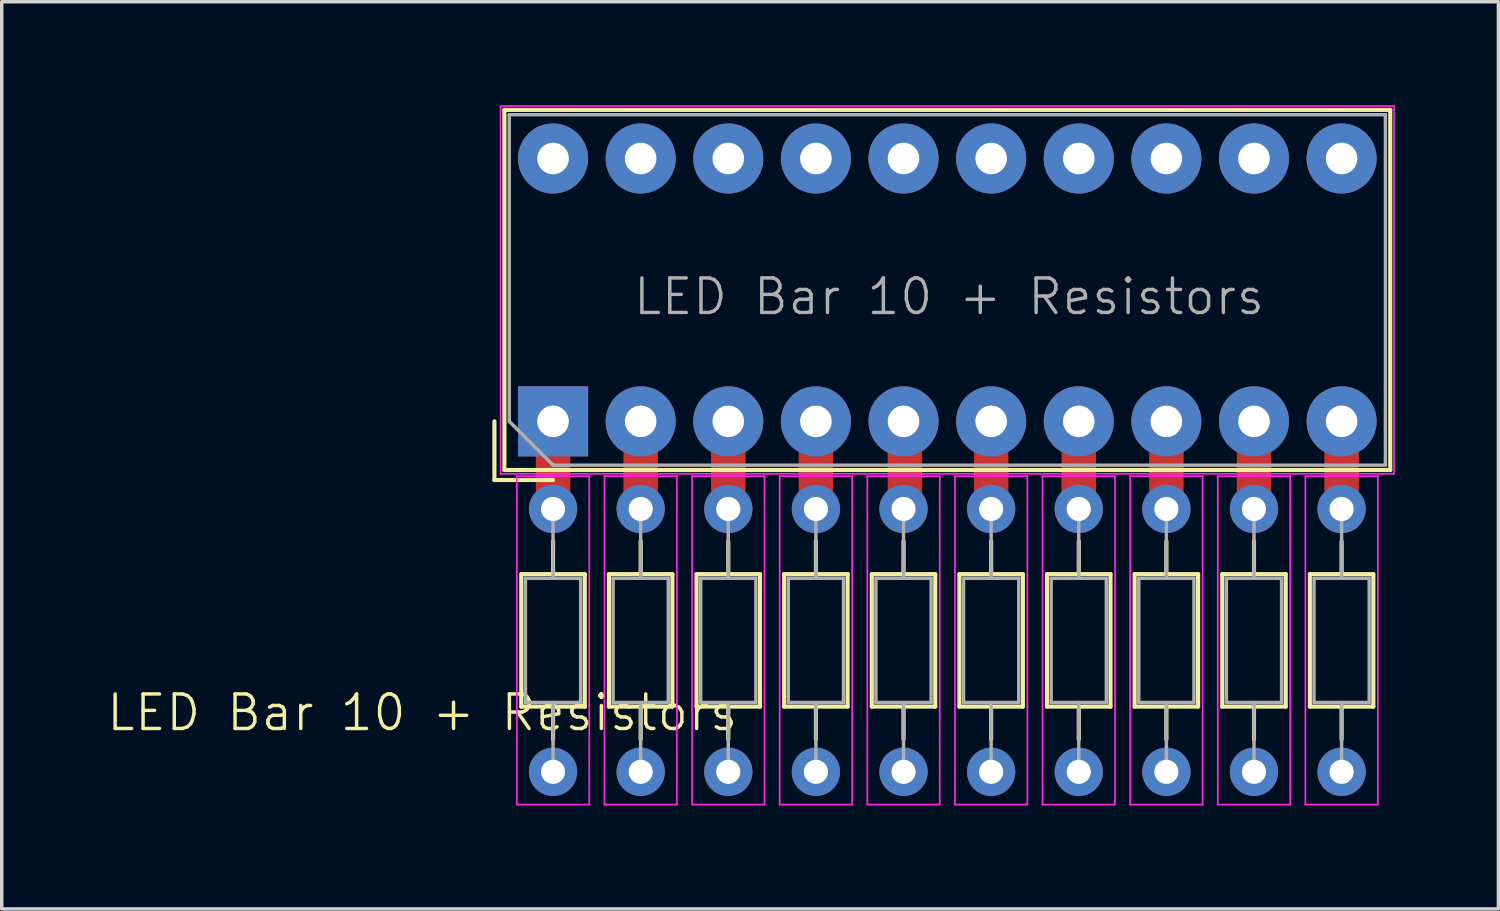
<source format=kicad_pcb>
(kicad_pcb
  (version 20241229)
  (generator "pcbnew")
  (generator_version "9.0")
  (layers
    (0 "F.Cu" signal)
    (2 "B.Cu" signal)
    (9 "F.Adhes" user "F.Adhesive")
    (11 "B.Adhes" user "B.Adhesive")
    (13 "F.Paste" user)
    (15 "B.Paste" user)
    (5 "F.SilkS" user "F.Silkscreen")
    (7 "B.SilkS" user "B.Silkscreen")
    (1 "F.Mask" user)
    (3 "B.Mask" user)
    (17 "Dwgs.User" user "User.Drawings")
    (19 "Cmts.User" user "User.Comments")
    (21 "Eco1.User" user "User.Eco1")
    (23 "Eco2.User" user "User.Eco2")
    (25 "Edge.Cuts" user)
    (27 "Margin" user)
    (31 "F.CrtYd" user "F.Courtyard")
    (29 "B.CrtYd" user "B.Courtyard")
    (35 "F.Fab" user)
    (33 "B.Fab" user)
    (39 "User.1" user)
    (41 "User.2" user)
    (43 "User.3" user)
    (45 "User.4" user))
  (footprint "LED Bar 10 + Resistors"
    (layer "F.Cu")
    (at 24.413 10.5)
    (property "Reference" "LED Bar 10 + Resistors" (at -15.22 7.11 0) (unlocked yes) (layer "F.SilkS") (effects (font (size 1 1) (thickness 0.1))))
    (attr through_hole)
    (fp_line (start -13.13 -1.335) (end -13.13 0.365) (stroke (width 0.12) (type solid)) (layer "F.SilkS"))
    (fp_line (start -13.13 0.365) (end -11.43 0.365) (stroke (width 0.12) (type solid)) (layer "F.SilkS"))
    (fp_line (start -12.84 -10.365) (end 12.84 -10.365) (stroke (width 0.12) (type solid)) (layer "F.SilkS"))
    (fp_line (start -12.84 0.075) (end -12.84 -10.365) (stroke (width 0.12) (type solid)) (layer "F.SilkS"))
    (fp_line (start -12.35 3.095) (end -12.35 6.935) (stroke (width 0.12) (type solid)) (layer "F.SilkS"))
    (fp_line (start -12.35 6.935) (end -10.51 6.935) (stroke (width 0.12) (type solid)) (layer "F.SilkS"))
    (fp_line (start -11.43 2.145) (end -11.43 3.095) (stroke (width 0.12) (type solid)) (layer "F.SilkS"))
    (fp_line (start -11.43 7.885) (end -11.43 6.935) (stroke (width 0.12) (type solid)) (layer "F.SilkS"))
    (fp_line (start -10.51 3.095) (end -12.35 3.095) (stroke (width 0.12) (type solid)) (layer "F.SilkS"))
    (fp_line (start -10.51 6.935) (end -10.51 3.095) (stroke (width 0.12) (type solid)) (layer "F.SilkS"))
    (fp_line (start -9.81 3.095) (end -9.81 6.935) (stroke (width 0.12) (type solid)) (layer "F.SilkS"))
    (fp_line (start -9.81 6.935) (end -7.97 6.935) (stroke (width 0.12) (type solid)) (layer "F.SilkS"))
    (fp_line (start -8.89 2.145) (end -8.89 3.095) (stroke (width 0.12) (type solid)) (layer "F.SilkS"))
    (fp_line (start -8.89 7.885) (end -8.89 6.935) (stroke (width 0.12) (type solid)) (layer "F.SilkS"))
    (fp_line (start -7.97 3.095) (end -9.81 3.095) (stroke (width 0.12) (type solid)) (layer "F.SilkS"))
    (fp_line (start -7.97 6.935) (end -7.97 3.095) (stroke (width 0.12) (type solid)) (layer "F.SilkS"))
    (fp_line (start -7.27 3.095) (end -7.27 6.935) (stroke (width 0.12) (type solid)) (layer "F.SilkS"))
    (fp_line (start -7.27 6.935) (end -5.43 6.935) (stroke (width 0.12) (type solid)) (layer "F.SilkS"))
    (fp_line (start -6.35 2.145) (end -6.35 3.095) (stroke (width 0.12) (type solid)) (layer "F.SilkS"))
    (fp_line (start -6.35 7.885) (end -6.35 6.935) (stroke (width 0.12) (type solid)) (layer "F.SilkS"))
    (fp_line (start -5.43 3.095) (end -7.27 3.095) (stroke (width 0.12) (type solid)) (layer "F.SilkS"))
    (fp_line (start -5.43 6.935) (end -5.43 3.095) (stroke (width 0.12) (type solid)) (layer "F.SilkS"))
    (fp_line (start -4.73 3.095) (end -4.73 6.935) (stroke (width 0.12) (type solid)) (layer "F.SilkS"))
    (fp_line (start -4.73 6.935) (end -2.89 6.935) (stroke (width 0.12) (type solid)) (layer "F.SilkS"))
    (fp_line (start -3.81 2.145) (end -3.81 3.095) (stroke (width 0.12) (type solid)) (layer "F.SilkS"))
    (fp_line (start -3.81 7.885) (end -3.81 6.935) (stroke (width 0.12) (type solid)) (layer "F.SilkS"))
    (fp_line (start -2.89 3.095) (end -4.73 3.095) (stroke (width 0.12) (type solid)) (layer "F.SilkS"))
    (fp_line (start -2.89 6.935) (end -2.89 3.095) (stroke (width 0.12) (type solid)) (layer "F.SilkS"))
    (fp_line (start -2.19 3.095) (end -2.19 6.935) (stroke (width 0.12) (type solid)) (layer "F.SilkS"))
    (fp_line (start -2.19 6.935) (end -0.35 6.935) (stroke (width 0.12) (type solid)) (layer "F.SilkS"))
    (fp_line (start -1.27 2.145) (end -1.27 3.095) (stroke (width 0.12) (type solid)) (layer "F.SilkS"))
    (fp_line (start -1.27 7.885) (end -1.27 6.935) (stroke (width 0.12) (type solid)) (layer "F.SilkS"))
    (fp_line (start -0.35 3.095) (end -2.19 3.095) (stroke (width 0.12) (type solid)) (layer "F.SilkS"))
    (fp_line (start -0.35 6.935) (end -0.35 3.095) (stroke (width 0.12) (type solid)) (layer "F.SilkS"))
    (fp_line (start 0.35 3.095) (end 0.35 6.935) (stroke (width 0.12) (type solid)) (layer "F.SilkS"))
    (fp_line (start 0.35 6.935) (end 2.19 6.935) (stroke (width 0.12) (type solid)) (layer "F.SilkS"))
    (fp_line (start 1.27 2.145) (end 1.27 3.095) (stroke (width 0.12) (type solid)) (layer "F.SilkS"))
    (fp_line (start 1.27 7.885) (end 1.27 6.935) (stroke (width 0.12) (type solid)) (layer "F.SilkS"))
    (fp_line (start 2.19 3.095) (end 0.35 3.095) (stroke (width 0.12) (type solid)) (layer "F.SilkS"))
    (fp_line (start 2.19 6.935) (end 2.19 3.095) (stroke (width 0.12) (type solid)) (layer "F.SilkS"))
    (fp_line (start 2.89 3.095) (end 2.89 6.935) (stroke (width 0.12) (type solid)) (layer "F.SilkS"))
    (fp_line (start 2.89 6.935) (end 4.73 6.935) (stroke (width 0.12) (type solid)) (layer "F.SilkS"))
    (fp_line (start 3.81 2.145) (end 3.81 3.095) (stroke (width 0.12) (type solid)) (layer "F.SilkS"))
    (fp_line (start 3.81 7.885) (end 3.81 6.935) (stroke (width 0.12) (type solid)) (layer "F.SilkS"))
    (fp_line (start 4.73 3.095) (end 2.89 3.095) (stroke (width 0.12) (type solid)) (layer "F.SilkS"))
    (fp_line (start 4.73 6.935) (end 4.73 3.095) (stroke (width 0.12) (type solid)) (layer "F.SilkS"))
    (fp_line (start 5.43 3.095) (end 5.43 6.935) (stroke (width 0.12) (type solid)) (layer "F.SilkS"))
    (fp_line (start 5.43 6.935) (end 7.27 6.935) (stroke (width 0.12) (type solid)) (layer "F.SilkS"))
    (fp_line (start 6.35 2.145) (end 6.35 3.095) (stroke (width 0.12) (type solid)) (layer "F.SilkS"))
    (fp_line (start 6.35 7.885) (end 6.35 6.935) (stroke (width 0.12) (type solid)) (layer "F.SilkS"))
    (fp_line (start 7.27 3.095) (end 5.43 3.095) (stroke (width 0.12) (type solid)) (layer "F.SilkS"))
    (fp_line (start 7.27 6.935) (end 7.27 3.095) (stroke (width 0.12) (type solid)) (layer "F.SilkS"))
    (fp_line (start 7.97 3.095) (end 7.97 6.935) (stroke (width 0.12) (type solid)) (layer "F.SilkS"))
    (fp_line (start 7.97 6.935) (end 9.81 6.935) (stroke (width 0.12) (type solid)) (layer "F.SilkS"))
    (fp_line (start 8.89 2.145) (end 8.89 3.095) (stroke (width 0.12) (type solid)) (layer "F.SilkS"))
    (fp_line (start 8.89 7.885) (end 8.89 6.935) (stroke (width 0.12) (type solid)) (layer "F.SilkS"))
    (fp_line (start 9.81 3.095) (end 7.97 3.095) (stroke (width 0.12) (type solid)) (layer "F.SilkS"))
    (fp_line (start 9.81 6.935) (end 9.81 3.095) (stroke (width 0.12) (type solid)) (layer "F.SilkS"))
    (fp_line (start 10.51 3.095) (end 10.51 6.935) (stroke (width 0.12) (type solid)) (layer "F.SilkS"))
    (fp_line (start 10.51 6.935) (end 12.35 6.935) (stroke (width 0.12) (type solid)) (layer "F.SilkS"))
    (fp_line (start 11.43 2.145) (end 11.43 3.095) (stroke (width 0.12) (type solid)) (layer "F.SilkS"))
    (fp_line (start 11.43 7.885) (end 11.43 6.935) (stroke (width 0.12) (type solid)) (layer "F.SilkS"))
    (fp_line (start 12.35 3.095) (end 10.51 3.095) (stroke (width 0.12) (type solid)) (layer "F.SilkS"))
    (fp_line (start 12.35 6.935) (end 12.35 3.095) (stroke (width 0.12) (type solid)) (layer "F.SilkS"))
    (fp_line (start 12.84 -10.365) (end 12.84 0.075) (stroke (width 0.12) (type solid)) (layer "F.SilkS"))
    (fp_line (start 12.84 0.075) (end -12.84 0.075) (stroke (width 0.12) (type solid)) (layer "F.SilkS"))
    (fp_line (start -12.95 0.185) (end -12.95 -10.475) (stroke (width 0.05) (type solid)) (layer "F.CrtYd"))
    (fp_line (start -12.95 0.185) (end 12.95 0.185) (stroke (width 0.05) (type solid)) (layer "F.CrtYd"))
    (fp_line (start -12.48 0.255) (end -12.48 9.775) (stroke (width 0.05) (type solid)) (layer "F.CrtYd"))
    (fp_line (start -12.48 9.775) (end -10.38 9.775) (stroke (width 0.05) (type solid)) (layer "F.CrtYd"))
    (fp_line (start -10.38 0.255) (end -12.48 0.255) (stroke (width 0.05) (type solid)) (layer "F.CrtYd"))
    (fp_line (start -10.38 9.775) (end -10.38 0.255) (stroke (width 0.05) (type solid)) (layer "F.CrtYd"))
    (fp_line (start -9.94 0.255) (end -9.94 9.775) (stroke (width 0.05) (type solid)) (layer "F.CrtYd"))
    (fp_line (start -9.94 9.775) (end -7.84 9.775) (stroke (width 0.05) (type solid)) (layer "F.CrtYd"))
    (fp_line (start -7.84 0.255) (end -9.94 0.255) (stroke (width 0.05) (type solid)) (layer "F.CrtYd"))
    (fp_line (start -7.84 9.775) (end -7.84 0.255) (stroke (width 0.05) (type solid)) (layer "F.CrtYd"))
    (fp_line (start -7.4 0.255) (end -7.4 9.775) (stroke (width 0.05) (type solid)) (layer "F.CrtYd"))
    (fp_line (start -7.4 9.775) (end -5.3 9.775) (stroke (width 0.05) (type solid)) (layer "F.CrtYd"))
    (fp_line (start -5.3 0.255) (end -7.4 0.255) (stroke (width 0.05) (type solid)) (layer "F.CrtYd"))
    (fp_line (start -5.3 9.775) (end -5.3 0.255) (stroke (width 0.05) (type solid)) (layer "F.CrtYd"))
    (fp_line (start -4.86 0.255) (end -4.86 9.775) (stroke (width 0.05) (type solid)) (layer "F.CrtYd"))
    (fp_line (start -4.86 9.775) (end -2.76 9.775) (stroke (width 0.05) (type solid)) (layer "F.CrtYd"))
    (fp_line (start -2.76 0.255) (end -4.86 0.255) (stroke (width 0.05) (type solid)) (layer "F.CrtYd"))
    (fp_line (start -2.76 9.775) (end -2.76 0.255) (stroke (width 0.05) (type solid)) (layer "F.CrtYd"))
    (fp_line (start -2.32 0.255) (end -2.32 9.775) (stroke (width 0.05) (type solid)) (layer "F.CrtYd"))
    (fp_line (start -2.32 9.775) (end -0.22 9.775) (stroke (width 0.05) (type solid)) (layer "F.CrtYd"))
    (fp_line (start -0.22 0.255) (end -2.32 0.255) (stroke (width 0.05) (type solid)) (layer "F.CrtYd"))
    (fp_line (start -0.22 9.775) (end -0.22 0.255) (stroke (width 0.05) (type solid)) (layer "F.CrtYd"))
    (fp_line (start 0.22 0.255) (end 0.22 9.775) (stroke (width 0.05) (type solid)) (layer "F.CrtYd"))
    (fp_line (start 0.22 9.775) (end 2.32 9.775) (stroke (width 0.05) (type solid)) (layer "F.CrtYd"))
    (fp_line (start 2.32 0.255) (end 0.22 0.255) (stroke (width 0.05) (type solid)) (layer "F.CrtYd"))
    (fp_line (start 2.32 9.775) (end 2.32 0.255) (stroke (width 0.05) (type solid)) (layer "F.CrtYd"))
    (fp_line (start 2.76 0.255) (end 2.76 9.775) (stroke (width 0.05) (type solid)) (layer "F.CrtYd"))
    (fp_line (start 2.76 9.775) (end 4.86 9.775) (stroke (width 0.05) (type solid)) (layer "F.CrtYd"))
    (fp_line (start 4.86 0.255) (end 2.76 0.255) (stroke (width 0.05) (type solid)) (layer "F.CrtYd"))
    (fp_line (start 4.86 9.775) (end 4.86 0.255) (stroke (width 0.05) (type solid)) (layer "F.CrtYd"))
    (fp_line (start 5.3 0.255) (end 5.3 9.775) (stroke (width 0.05) (type solid)) (layer "F.CrtYd"))
    (fp_line (start 5.3 9.775) (end 7.4 9.775) (stroke (width 0.05) (type solid)) (layer "F.CrtYd"))
    (fp_line (start 7.4 0.255) (end 5.3 0.255) (stroke (width 0.05) (type solid)) (layer "F.CrtYd"))
    (fp_line (start 7.4 9.775) (end 7.4 0.255) (stroke (width 0.05) (type solid)) (layer "F.CrtYd"))
    (fp_line (start 7.84 0.255) (end 7.84 9.775) (stroke (width 0.05) (type solid)) (layer "F.CrtYd"))
    (fp_line (start 7.84 9.775) (end 9.94 9.775) (stroke (width 0.05) (type solid)) (layer "F.CrtYd"))
    (fp_line (start 9.94 0.255) (end 7.84 0.255) (stroke (width 0.05) (type solid)) (layer "F.CrtYd"))
    (fp_line (start 9.94 9.775) (end 9.94 0.255) (stroke (width 0.05) (type solid)) (layer "F.CrtYd"))
    (fp_line (start 10.38 0.255) (end 10.38 9.775) (stroke (width 0.05) (type solid)) (layer "F.CrtYd"))
    (fp_line (start 10.38 9.775) (end 12.48 9.775) (stroke (width 0.05) (type solid)) (layer "F.CrtYd"))
    (fp_line (start 12.48 0.255) (end 10.38 0.255) (stroke (width 0.05) (type solid)) (layer "F.CrtYd"))
    (fp_line (start 12.48 9.775) (end 12.48 0.255) (stroke (width 0.05) (type solid)) (layer "F.CrtYd"))
    (fp_line (start 12.95 -10.475) (end -12.95 -10.475) (stroke (width 0.05) (type solid)) (layer "F.CrtYd"))
    (fp_line (start 12.95 0.185) (end 12.95 -10.475) (stroke (width 0.05) (type solid)) (layer "F.CrtYd"))
    (fp_line (start -12.7 -10.225) (end 12.7 -10.225) (stroke (width 0.1) (type solid)) (layer "F.Fab"))
    (fp_line (start -12.7 -1.335) (end -12.7 -10.225) (stroke (width 0.1) (type solid)) (layer "F.Fab"))
    (fp_line (start -12.7 -1.335) (end -11.43 -0.065) (stroke (width 0.1) (type solid)) (layer "F.Fab"))
    (fp_line (start -12.23 3.215) (end -12.23 6.815) (stroke (width 0.1) (type solid)) (layer "F.Fab"))
    (fp_line (start -12.23 6.815) (end -10.63 6.815) (stroke (width 0.1) (type solid)) (layer "F.Fab"))
    (fp_line (start -11.43 -0.065) (end 12.7 -0.065) (stroke (width 0.1) (type solid)) (layer "F.Fab"))
    (fp_line (start -11.43 1.205) (end -11.43 3.215) (stroke (width 0.1) (type solid)) (layer "F.Fab"))
    (fp_line (start -11.43 8.825) (end -11.43 6.815) (stroke (width 0.1) (type solid)) (layer "F.Fab"))
    (fp_line (start -10.63 3.215) (end -12.23 3.215) (stroke (width 0.1) (type solid)) (layer "F.Fab"))
    (fp_line (start -10.63 6.815) (end -10.63 3.215) (stroke (width 0.1) (type solid)) (layer "F.Fab"))
    (fp_line (start -9.69 3.215) (end -9.69 6.815) (stroke (width 0.1) (type solid)) (layer "F.Fab"))
    (fp_line (start -9.69 6.815) (end -8.09 6.815) (stroke (width 0.1) (type solid)) (layer "F.Fab"))
    (fp_line (start -8.89 1.205) (end -8.89 3.215) (stroke (width 0.1) (type solid)) (layer "F.Fab"))
    (fp_line (start -8.89 8.825) (end -8.89 6.815) (stroke (width 0.1) (type solid)) (layer "F.Fab"))
    (fp_line (start -8.09 3.215) (end -9.69 3.215) (stroke (width 0.1) (type solid)) (layer "F.Fab"))
    (fp_line (start -8.09 6.815) (end -8.09 3.215) (stroke (width 0.1) (type solid)) (layer "F.Fab"))
    (fp_line (start -7.15 3.215) (end -7.15 6.815) (stroke (width 0.1) (type solid)) (layer "F.Fab"))
    (fp_line (start -7.15 6.815) (end -5.55 6.815) (stroke (width 0.1) (type solid)) (layer "F.Fab"))
    (fp_line (start -6.35 1.205) (end -6.35 3.215) (stroke (width 0.1) (type solid)) (layer "F.Fab"))
    (fp_line (start -6.35 8.825) (end -6.35 6.815) (stroke (width 0.1) (type solid)) (layer "F.Fab"))
    (fp_line (start -5.55 3.215) (end -7.15 3.215) (stroke (width 0.1) (type solid)) (layer "F.Fab"))
    (fp_line (start -5.55 6.815) (end -5.55 3.215) (stroke (width 0.1) (type solid)) (layer "F.Fab"))
    (fp_line (start -4.61 3.215) (end -4.61 6.815) (stroke (width 0.1) (type solid)) (layer "F.Fab"))
    (fp_line (start -4.61 6.815) (end -3.01 6.815) (stroke (width 0.1) (type solid)) (layer "F.Fab"))
    (fp_line (start -3.81 1.205) (end -3.81 3.215) (stroke (width 0.1) (type solid)) (layer "F.Fab"))
    (fp_line (start -3.81 8.825) (end -3.81 6.815) (stroke (width 0.1) (type solid)) (layer "F.Fab"))
    (fp_line (start -3.01 3.215) (end -4.61 3.215) (stroke (width 0.1) (type solid)) (layer "F.Fab"))
    (fp_line (start -3.01 6.815) (end -3.01 3.215) (stroke (width 0.1) (type solid)) (layer "F.Fab"))
    (fp_line (start -2.07 3.215) (end -2.07 6.815) (stroke (width 0.1) (type solid)) (layer "F.Fab"))
    (fp_line (start -2.07 6.815) (end -0.47 6.815) (stroke (width 0.1) (type solid)) (layer "F.Fab"))
    (fp_line (start -1.27 1.205) (end -1.27 3.215) (stroke (width 0.1) (type solid)) (layer "F.Fab"))
    (fp_line (start -1.27 8.825) (end -1.27 6.815) (stroke (width 0.1) (type solid)) (layer "F.Fab"))
    (fp_line (start -0.47 3.215) (end -2.07 3.215) (stroke (width 0.1) (type solid)) (layer "F.Fab"))
    (fp_line (start -0.47 6.815) (end -0.47 3.215) (stroke (width 0.1) (type solid)) (layer "F.Fab"))
    (fp_line (start 0.47 3.215) (end 0.47 6.815) (stroke (width 0.1) (type solid)) (layer "F.Fab"))
    (fp_line (start 0.47 6.815) (end 2.07 6.815) (stroke (width 0.1) (type solid)) (layer "F.Fab"))
    (fp_line (start 1.27 1.205) (end 1.27 3.215) (stroke (width 0.1) (type solid)) (layer "F.Fab"))
    (fp_line (start 1.27 8.825) (end 1.27 6.815) (stroke (width 0.1) (type solid)) (layer "F.Fab"))
    (fp_line (start 2.07 3.215) (end 0.47 3.215) (stroke (width 0.1) (type solid)) (layer "F.Fab"))
    (fp_line (start 2.07 6.815) (end 2.07 3.215) (stroke (width 0.1) (type solid)) (layer "F.Fab"))
    (fp_line (start 3.01 3.215) (end 3.01 6.815) (stroke (width 0.1) (type solid)) (layer "F.Fab"))
    (fp_line (start 3.01 6.815) (end 4.61 6.815) (stroke (width 0.1) (type solid)) (layer "F.Fab"))
    (fp_line (start 3.81 1.205) (end 3.81 3.215) (stroke (width 0.1) (type solid)) (layer "F.Fab"))
    (fp_line (start 3.81 8.825) (end 3.81 6.815) (stroke (width 0.1) (type solid)) (layer "F.Fab"))
    (fp_line (start 4.61 3.215) (end 3.01 3.215) (stroke (width 0.1) (type solid)) (layer "F.Fab"))
    (fp_line (start 4.61 6.815) (end 4.61 3.215) (stroke (width 0.1) (type solid)) (layer "F.Fab"))
    (fp_line (start 5.55 3.215) (end 5.55 6.815) (stroke (width 0.1) (type solid)) (layer "F.Fab"))
    (fp_line (start 5.55 6.815) (end 7.15 6.815) (stroke (width 0.1) (type solid)) (layer "F.Fab"))
    (fp_line (start 6.35 1.205) (end 6.35 3.215) (stroke (width 0.1) (type solid)) (layer "F.Fab"))
    (fp_line (start 6.35 8.825) (end 6.35 6.815) (stroke (width 0.1) (type solid)) (layer "F.Fab"))
    (fp_line (start 7.15 3.215) (end 5.55 3.215) (stroke (width 0.1) (type solid)) (layer "F.Fab"))
    (fp_line (start 7.15 6.815) (end 7.15 3.215) (stroke (width 0.1) (type solid)) (layer "F.Fab"))
    (fp_line (start 8.09 3.215) (end 8.09 6.815) (stroke (width 0.1) (type solid)) (layer "F.Fab"))
    (fp_line (start 8.09 6.815) (end 9.69 6.815) (stroke (width 0.1) (type solid)) (layer "F.Fab"))
    (fp_line (start 8.89 1.205) (end 8.89 3.215) (stroke (width 0.1) (type solid)) (layer "F.Fab"))
    (fp_line (start 8.89 8.825) (end 8.89 6.815) (stroke (width 0.1) (type solid)) (layer "F.Fab"))
    (fp_line (start 9.69 3.215) (end 8.09 3.215) (stroke (width 0.1) (type solid)) (layer "F.Fab"))
    (fp_line (start 9.69 6.815) (end 9.69 3.215) (stroke (width 0.1) (type solid)) (layer "F.Fab"))
    (fp_line (start 10.63 3.215) (end 10.63 6.815) (stroke (width 0.1) (type solid)) (layer "F.Fab"))
    (fp_line (start 10.63 6.815) (end 12.23 6.815) (stroke (width 0.1) (type solid)) (layer "F.Fab"))
    (fp_line (start 11.43 1.205) (end 11.43 3.215) (stroke (width 0.1) (type solid)) (layer "F.Fab"))
    (fp_line (start 11.43 8.825) (end 11.43 6.815) (stroke (width 0.1) (type solid)) (layer "F.Fab"))
    (fp_line (start 12.23 3.215) (end 10.63 3.215) (stroke (width 0.1) (type solid)) (layer "F.Fab"))
    (fp_line (start 12.23 6.815) (end 12.23 3.215) (stroke (width 0.1) (type solid)) (layer "F.Fab"))
    (fp_line (start 12.7 -0.065) (end 12.7 -10.225) (stroke (width 0.1) (type solid)) (layer "F.Fab"))
    (fp_text user "${REFERENCE}" (at 0.05 -4.95 180) (layer "F.Fab") (effects (font (size 1 1) (thickness 0.1))))
    (pad "" thru_hole rect (at -11.43 -1.335) (size 2.032 2.032) (drill 0.914) (layers "*.Cu" "*.Mask"))
    (pad "" smd rect (at -11.43 0.01) (size 1 1.6) (layers "F.Cu" "F.Mask" "F.Paste"))
    (pad "" thru_hole circle (at -11.43 1.205 270) (size 1.4 1.4) (drill 0.7) (layers "*.Cu" "*.Mask"))
    (pad "" thru_hole circle (at -8.89 -1.335) (size 2.032 2.032) (drill 0.914) (layers "*.Cu" "*.Mask"))
    (pad "" smd rect (at -8.89 0.01) (size 1 1.6) (layers "F.Cu" "F.Mask" "F.Paste"))
    (pad "" thru_hole circle (at -8.89 1.205 270) (size 1.4 1.4) (drill 0.7) (layers "*.Cu" "*.Mask"))
    (pad "" thru_hole circle (at -6.35 -1.335) (size 2.032 2.032) (drill 0.914) (layers "*.Cu" "*.Mask"))
    (pad "" smd rect (at -6.35 0.01) (size 1 1.6) (layers "F.Cu" "F.Mask" "F.Paste"))
    (pad "" thru_hole circle (at -6.35 1.205 270) (size 1.4 1.4) (drill 0.7) (layers "*.Cu" "*.Mask"))
    (pad "" thru_hole circle (at -3.81 -1.335) (size 2.032 2.032) (drill 0.914) (layers "*.Cu" "*.Mask"))
    (pad "" smd rect (at -3.81 0.01) (size 1 1.6) (layers "F.Cu" "F.Mask" "F.Paste"))
    (pad "" thru_hole circle (at -3.81 1.205 270) (size 1.4 1.4) (drill 0.7) (layers "*.Cu" "*.Mask"))
    (pad "" thru_hole circle (at -1.27 -1.335) (size 2.032 2.032) (drill 0.914) (layers "*.Cu" "*.Mask"))
    (pad "" thru_hole circle (at -1.27 1.205 270) (size 1.4 1.4) (drill 0.7) (layers "*.Cu" "*.Mask"))
    (pad "" smd rect (at -1.23 0.01) (size 1 1.6) (layers "F.Cu" "F.Mask" "F.Paste"))
    (pad "" thru_hole circle (at 1.27 -1.335) (size 2.032 2.032) (drill 0.914) (layers "*.Cu" "*.Mask"))
    (pad "" smd rect (at 1.27 0.01) (size 1 1.6) (layers "F.Cu" "F.Mask" "F.Paste"))
    (pad "" thru_hole circle (at 1.27 1.205 270) (size 1.4 1.4) (drill 0.7) (layers "*.Cu" "*.Mask"))
    (pad "" thru_hole circle (at 3.81 -1.335) (size 2.032 2.032) (drill 0.914) (layers "*.Cu" "*.Mask"))
    (pad "" smd rect (at 3.81 0.01) (size 1 1.6) (layers "F.Cu" "F.Mask" "F.Paste"))
    (pad "" thru_hole circle (at 3.81 1.205 270) (size 1.4 1.4) (drill 0.7) (layers "*.Cu" "*.Mask"))
    (pad "" thru_hole circle (at 6.35 -1.335) (size 2.032 2.032) (drill 0.914) (layers "*.Cu" "*.Mask"))
    (pad "" smd rect (at 6.35 0.01) (size 1 1.6) (layers "F.Cu" "F.Mask" "F.Paste"))
    (pad "" thru_hole circle (at 6.35 1.205 270) (size 1.4 1.4) (drill 0.7) (layers "*.Cu" "*.Mask"))
    (pad "" thru_hole circle (at 8.89 -1.335) (size 2.032 2.032) (drill 0.914) (layers "*.Cu" "*.Mask"))
    (pad "" smd rect (at 8.89 0.01) (size 1 1.6) (layers "F.Cu" "F.Mask" "F.Paste"))
    (pad "" thru_hole circle (at 8.89 1.205 270) (size 1.4 1.4) (drill 0.7) (layers "*.Cu" "*.Mask"))
    (pad "" thru_hole circle (at 11.43 -1.335) (size 2.032 2.032) (drill 0.914) (layers "*.Cu" "*.Mask"))
    (pad "" smd rect (at 11.43 0.01) (size 1 1.6) (layers "F.Cu" "F.Mask" "F.Paste"))
    (pad "" thru_hole circle (at 11.43 1.205 270) (size 1.4 1.4) (drill 0.7) (layers "*.Cu" "*.Mask"))
    (pad "1" thru_hole oval (at -11.43 8.825 270) (size 1.4 1.4) (drill 0.7) (layers "*.Cu" "*.Mask"))
    (pad "2" thru_hole oval (at -8.89 8.825 270) (size 1.4 1.4) (drill 0.7) (layers "*.Cu" "*.Mask"))
    (pad "3" thru_hole oval (at -6.35 8.825 270) (size 1.4 1.4) (drill 0.7) (layers "*.Cu" "*.Mask"))
    (pad "4" thru_hole oval (at -3.81 8.825 270) (size 1.4 1.4) (drill 0.7) (layers "*.Cu" "*.Mask"))
    (pad "5" thru_hole oval (at -1.27 8.825 270) (size 1.4 1.4) (drill 0.7) (layers "*.Cu" "*.Mask"))
    (pad "6" thru_hole oval (at 1.27 8.825 270) (size 1.4 1.4) (drill 0.7) (layers "*.Cu" "*.Mask"))
    (pad "7" thru_hole oval (at 3.81 8.825 270) (size 1.4 1.4) (drill 0.7) (layers "*.Cu" "*.Mask"))
    (pad "8" thru_hole oval (at 6.35 8.825 270) (size 1.4 1.4) (drill 0.7) (layers "*.Cu" "*.Mask"))
    (pad "9" thru_hole oval (at 8.89 8.825 270) (size 1.4 1.4) (drill 0.7) (layers "*.Cu" "*.Mask"))
    (pad "10" thru_hole oval (at 11.43 8.825 270) (size 1.4 1.4) (drill 0.7) (layers "*.Cu" "*.Mask"))
    (pad "11" thru_hole circle (at 11.43 -8.955) (size 2.032 2.032) (drill 0.914) (layers "*.Cu" "*.Mask"))
    (pad "12" thru_hole circle (at 8.89 -8.955) (size 2.032 2.032) (drill 0.914) (layers "*.Cu" "*.Mask"))
    (pad "13" thru_hole circle (at 6.35 -8.955) (size 2.032 2.032) (drill 0.914) (layers "*.Cu" "*.Mask"))
    (pad "14" thru_hole circle (at 3.81 -8.955) (size 2.032 2.032) (drill 0.914) (layers "*.Cu" "*.Mask"))
    (pad "15" thru_hole circle (at 1.27 -8.955) (size 2.032 2.032) (drill 0.914) (layers "*.Cu" "*.Mask"))
    (pad "16" thru_hole circle (at -1.27 -8.955) (size 2.032 2.032) (drill 0.914) (layers "*.Cu" "*.Mask"))
    (pad "17" thru_hole circle (at -3.81 -8.955) (size 2.032 2.032) (drill 0.914) (layers "*.Cu" "*.Mask"))
    (pad "18" thru_hole circle (at -6.35 -8.955) (size 2.032 2.032) (drill 0.914) (layers "*.Cu" "*.Mask"))
    (pad "19" thru_hole circle (at -8.89 -8.955) (size 2.032 2.032) (drill 0.914) (layers "*.Cu" "*.Mask"))
    (pad "20" thru_hole circle (at -11.43 -8.955) (size 2.032 2.032) (drill 0.914) (layers "*.Cu" "*.Mask")))
  (gr_rect
    (start -3 -3)
    (end 40.388 23.3)
    (stroke (width 0.1) (type default))
    (fill no)
    (layer "Edge.Cuts")))
</source>
